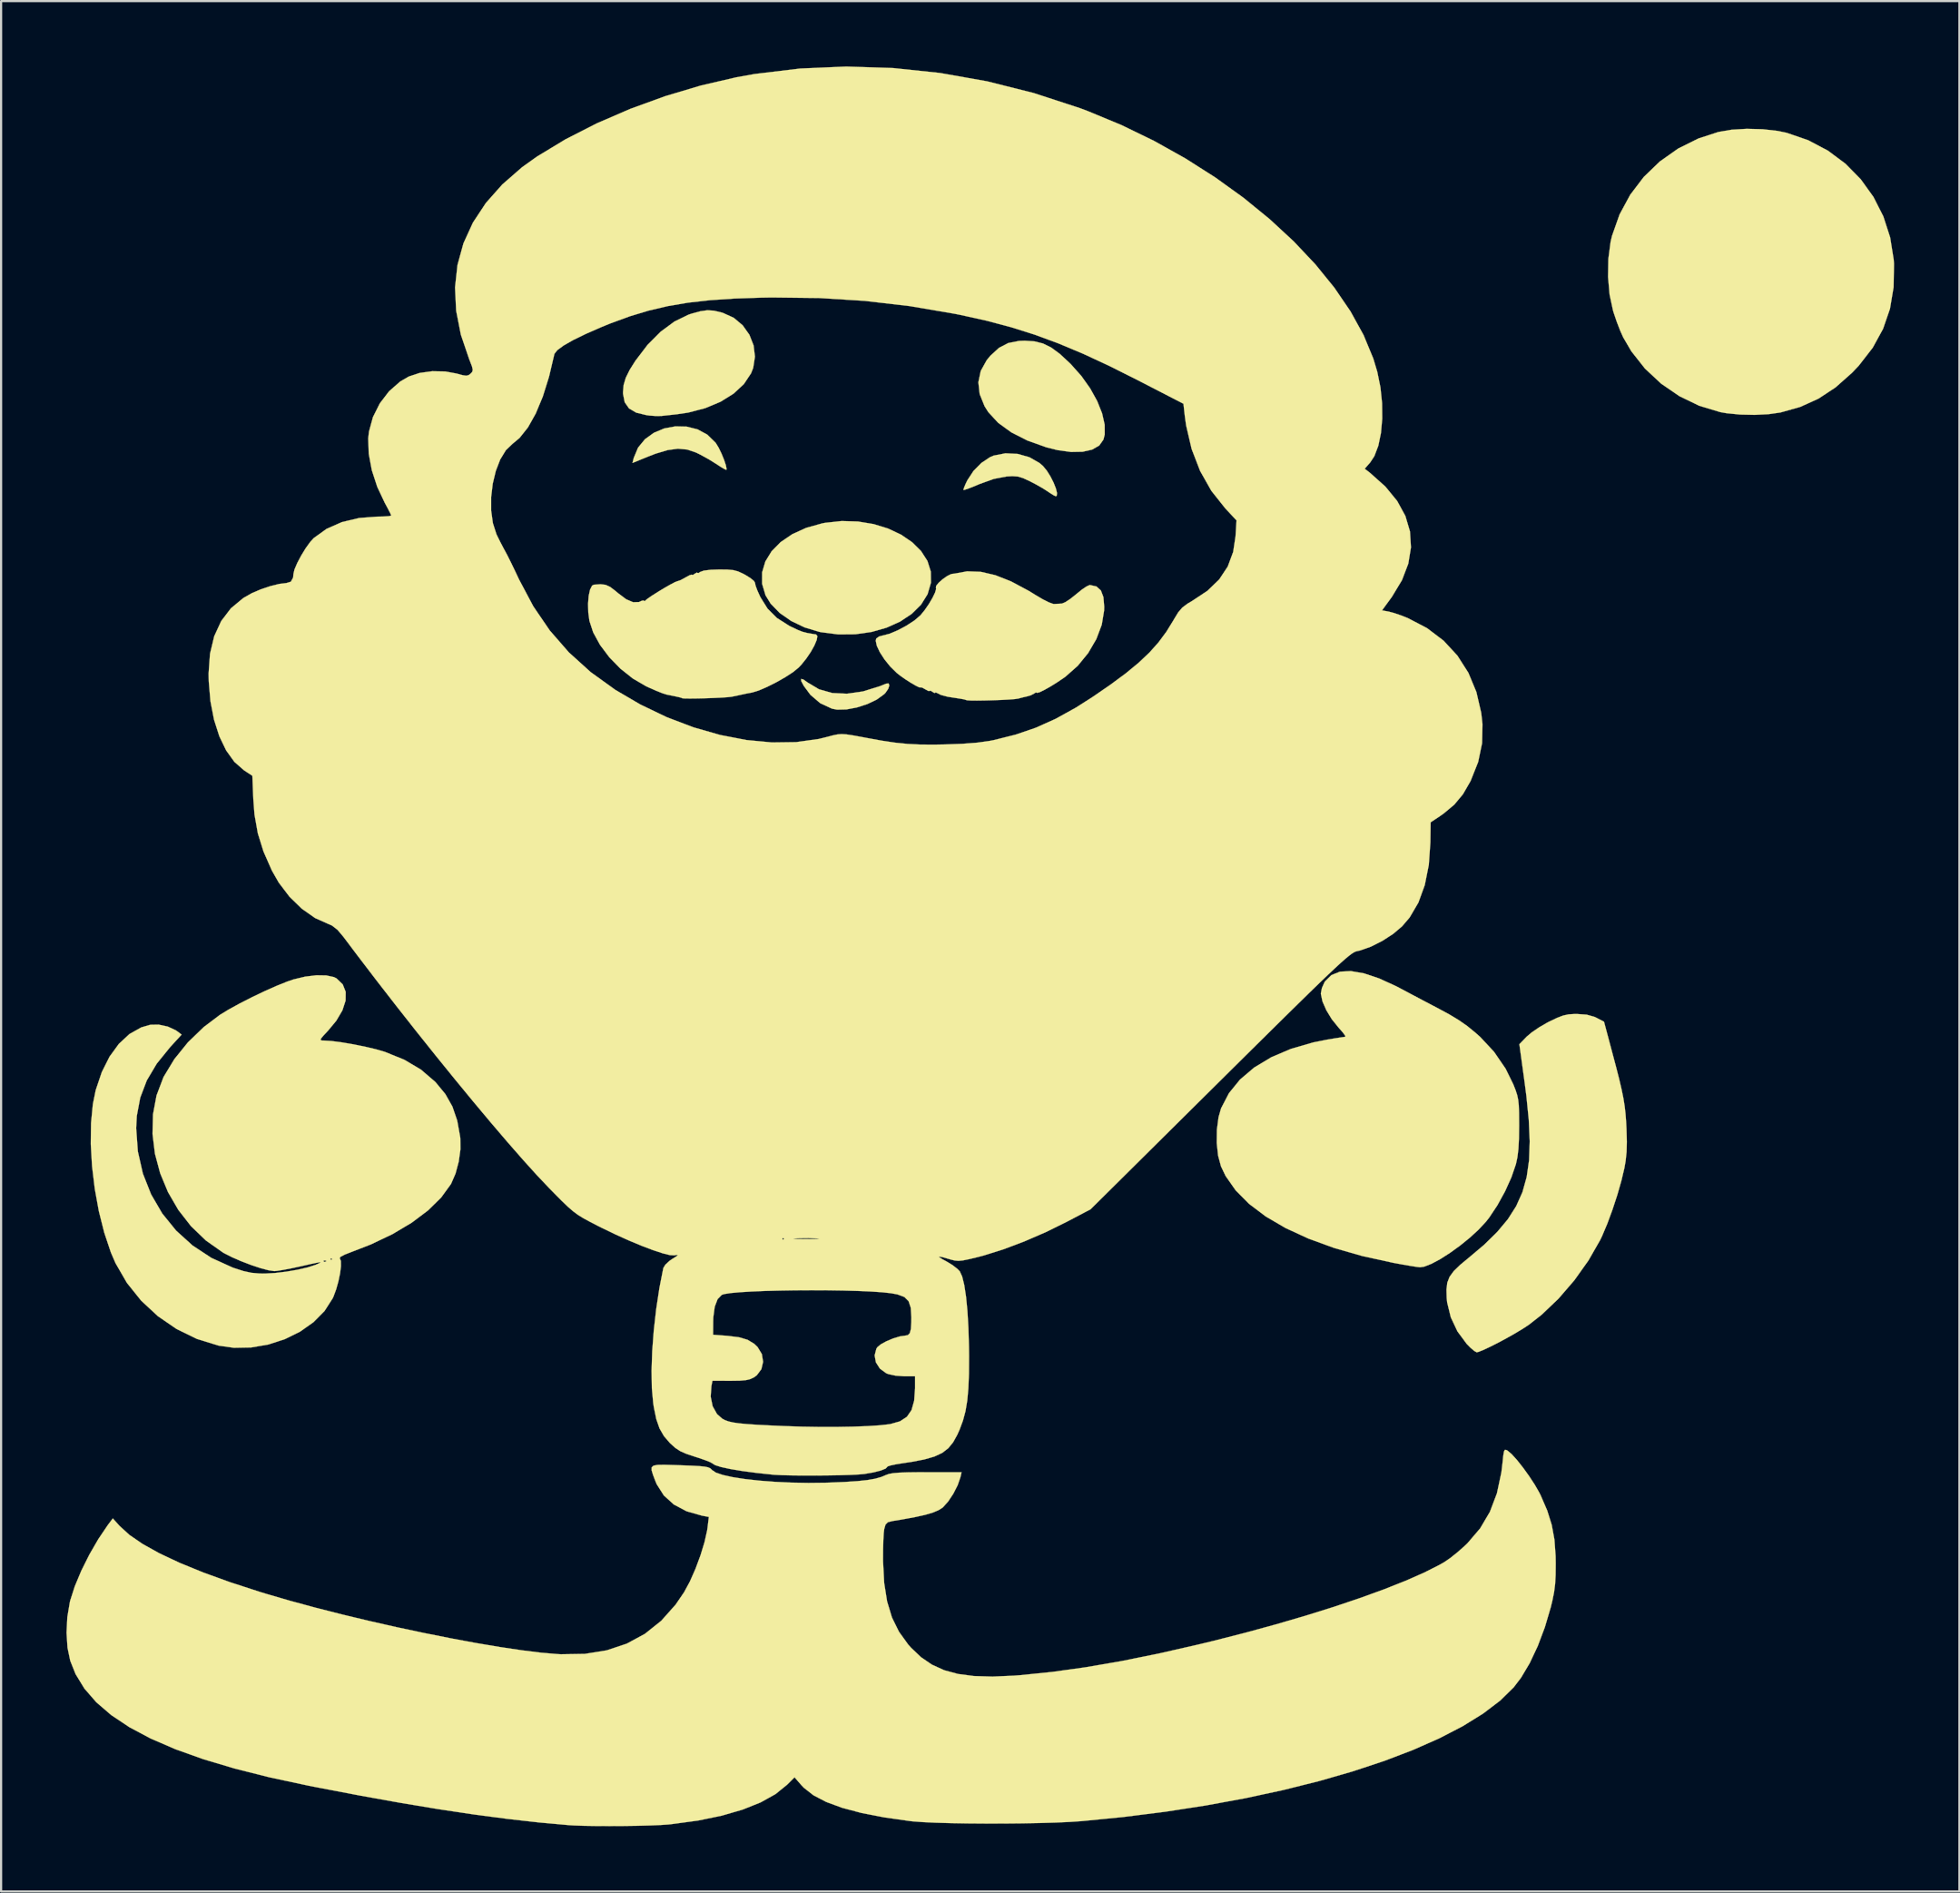
<source format=kicad_pcb>
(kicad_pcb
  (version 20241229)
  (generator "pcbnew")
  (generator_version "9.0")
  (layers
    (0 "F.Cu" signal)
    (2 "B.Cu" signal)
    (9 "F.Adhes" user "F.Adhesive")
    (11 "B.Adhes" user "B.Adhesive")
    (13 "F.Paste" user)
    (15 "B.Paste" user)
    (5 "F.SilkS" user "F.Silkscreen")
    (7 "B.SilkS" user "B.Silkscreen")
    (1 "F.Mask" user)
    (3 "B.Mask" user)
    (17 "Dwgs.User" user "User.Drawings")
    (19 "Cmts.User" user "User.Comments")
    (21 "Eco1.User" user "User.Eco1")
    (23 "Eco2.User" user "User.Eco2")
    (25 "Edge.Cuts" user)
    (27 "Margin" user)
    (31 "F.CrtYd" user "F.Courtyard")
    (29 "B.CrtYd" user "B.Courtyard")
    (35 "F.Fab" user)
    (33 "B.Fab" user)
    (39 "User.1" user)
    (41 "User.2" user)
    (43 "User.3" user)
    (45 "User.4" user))
  (footprint "F.SilkS_g8"
    (layer "F.Cu")
    (at 39.884 36.325)
    (property "Reference" "F.SilkS_g8" (at 0 0 0) (layer "F.SilkS") (effects (font (size 1.524 1.524) (thickness 0.3))))
    (attr through_hole)
    (fp_poly (pts (xy -6.055 -8.187) (xy -5.863 -8.051) (xy -5.343 -7.74) (xy -4.737 -7.568) (xy -4.059 -7.535) (xy -3.319 -7.641) (xy -2.532 -7.886) (xy -2.265 -7.996) (xy -2.145 -8.006) (xy -2.113 -7.914) (xy -2.164 -7.758) (xy -2.29 -7.575) (xy -2.349 -7.514) (xy -2.687 -7.268) (xy -3.121 -7.06) (xy -3.603 -6.904) (xy -4.082 -6.814) (xy -4.51 -6.804) (xy -4.742 -6.848) (xy -5.285 -7.1) (xy -5.732 -7.481) (xy -6.038 -7.892) (xy -6.157 -8.116) (xy -6.162 -8.215) (xy -6.055 -8.187)) (stroke (width 0.01) (type solid)) (fill yes) (layer "F.SilkS"))
    (fp_poly (pts (xy -11.416 -19.794) (xy -10.919 -19.67) (xy -10.469 -19.428) (xy -10.096 -19.064) (xy -10.068 -19.027) (xy -9.943 -18.82) (xy -9.814 -18.553) (xy -9.699 -18.273) (xy -9.616 -18.024) (xy -9.583 -17.854) (xy -9.593 -17.81) (xy -9.671 -17.84) (xy -9.848 -17.944) (xy -10.07 -18.089) (xy -10.407 -18.298) (xy -10.781 -18.504) (xy -10.986 -18.605) (xy -11.39 -18.742) (xy -11.814 -18.781) (xy -12.288 -18.718) (xy -12.845 -18.551) (xy -13.163 -18.428) (xy -13.902 -18.127) (xy -13.845 -18.356) (xy -13.646 -18.831) (xy -13.328 -19.218) (xy -12.918 -19.513) (xy -12.444 -19.711) (xy -11.934 -19.806) (xy -11.416 -19.794)) (stroke (width 0.01) (type solid)) (fill yes) (layer "F.SilkS"))
    (fp_poly (pts (xy 4.55 -23.708) (xy 4.943 -23.609) (xy 5.319 -23.424) (xy 5.712 -23.134) (xy 6.158 -22.721) (xy 6.226 -22.654) (xy 6.705 -22.115) (xy 7.11 -21.544) (xy 7.43 -20.965) (xy 7.654 -20.404) (xy 7.772 -19.884) (xy 7.774 -19.43) (xy 7.715 -19.198) (xy 7.522 -18.926) (xy 7.198 -18.74) (xy 6.761 -18.641) (xy 6.229 -18.631) (xy 5.617 -18.714) (xy 5.099 -18.843) (xy 4.228 -19.154) (xy 3.486 -19.531) (xy 2.885 -19.967) (xy 2.432 -20.457) (xy 2.262 -20.725) (xy 2.034 -21.288) (xy 1.974 -21.829) (xy 2.083 -22.349) (xy 2.359 -22.846) (xy 2.525 -23.048) (xy 2.922 -23.411) (xy 3.347 -23.631) (xy 3.846 -23.729) (xy 4.106 -23.738) (xy 4.55 -23.708)) (stroke (width 0.01) (type solid)) (fill yes) (layer "F.SilkS"))
    (fp_poly (pts (xy -3.549 -15.439) (xy -2.834 -15.321) (xy -2.171 -15.117) (xy -1.576 -14.837) (xy -1.065 -14.489) (xy -0.656 -14.084) (xy -0.364 -13.631) (xy -0.208 -13.14) (xy -0.202 -12.633) (xy -0.357 -12.103) (xy -0.656 -11.623) (xy -1.083 -11.201) (xy -1.617 -10.846) (xy -2.24 -10.566) (xy -2.933 -10.369) (xy -3.678 -10.263) (xy -4.455 -10.257) (xy -5.246 -10.359) (xy -5.334 -10.377) (xy -6.006 -10.58) (xy -6.619 -10.875) (xy -7.146 -11.242) (xy -7.557 -11.664) (xy -7.795 -12.051) (xy -7.953 -12.582) (xy -7.952 -13.105) (xy -7.803 -13.606) (xy -7.516 -14.074) (xy -7.101 -14.495) (xy -6.569 -14.857) (xy -5.93 -15.148) (xy -5.195 -15.353) (xy -5.063 -15.379) (xy -4.297 -15.461) (xy -3.549 -15.439)) (stroke (width 0.01) (type solid)) (fill yes) (layer "F.SilkS"))
    (fp_poly (pts (xy 3.78 -18.542) (xy 4.316 -18.39) (xy 4.781 -18.125) (xy 4.944 -17.983) (xy 5.119 -17.77) (xy 5.285 -17.505) (xy 5.428 -17.222) (xy 5.533 -16.956) (xy 5.585 -16.743) (xy 5.57 -16.618) (xy 5.524 -16.599) (xy 5.422 -16.647) (xy 5.24 -16.762) (xy 5.165 -16.814) (xy 4.929 -16.965) (xy 4.614 -17.144) (xy 4.339 -17.287) (xy 4.029 -17.43) (xy 3.788 -17.503) (xy 3.537 -17.521) (xy 3.271 -17.506) (xy 2.681 -17.394) (xy 2.027 -17.158) (xy 1.714 -17.027) (xy 1.464 -16.932) (xy 1.316 -16.886) (xy 1.29 -16.885) (xy 1.308 -16.971) (xy 1.386 -17.16) (xy 1.469 -17.332) (xy 1.75 -17.76) (xy 2.113 -18.128) (xy 2.51 -18.394) (xy 2.677 -18.464) (xy 3.218 -18.57) (xy 3.78 -18.542)) (stroke (width 0.01) (type solid)) (fill yes) (layer "F.SilkS"))
    (fp_poly (pts (xy -10.168 -25.117) (xy -9.82 -25.035) (xy -9.751 -25.015) (xy -9.253 -24.788) (xy -8.844 -24.444) (xy -8.537 -24.013) (xy -8.344 -23.525) (xy -8.281 -23.007) (xy -8.361 -22.491) (xy -8.459 -22.241) (xy -8.789 -21.746) (xy -9.262 -21.308) (xy -9.859 -20.936) (xy -10.56 -20.643) (xy -11.346 -20.438) (xy -11.853 -20.363) (xy -12.169 -20.328) (xy -12.457 -20.297) (xy -12.573 -20.284) (xy -12.811 -20.28) (xy -13.118 -20.302) (xy -13.256 -20.32) (xy -13.731 -20.435) (xy -14.061 -20.629) (xy -14.259 -20.912) (xy -14.335 -21.295) (xy -14.337 -21.376) (xy -14.308 -21.708) (xy -14.21 -22.037) (xy -14.027 -22.406) (xy -13.768 -22.817) (xy -13.212 -23.546) (xy -12.609 -24.151) (xy -11.977 -24.618) (xy -11.332 -24.932) (xy -11.201 -24.976) (xy -10.791 -25.089) (xy -10.469 -25.135) (xy -10.168 -25.117)) (stroke (width 0.01) (type solid)) (fill yes) (layer "F.SilkS"))
    (fp_poly (pts (xy 37.972 -33.444) (xy 38.663 -33.366) (xy 39.074 -33.28) (xy 40.063 -32.94) (xy 40.967 -32.463) (xy 41.776 -31.861) (xy 42.477 -31.148) (xy 43.06 -30.337) (xy 43.514 -29.443) (xy 43.827 -28.478) (xy 43.99 -27.455) (xy 44.002 -27.263) (xy 43.985 -26.195) (xy 43.819 -25.204) (xy 43.501 -24.281) (xy 43.026 -23.415) (xy 42.39 -22.595) (xy 42.079 -22.267) (xy 41.322 -21.596) (xy 40.538 -21.079) (xy 39.697 -20.698) (xy 38.793 -20.443) (xy 38.246 -20.365) (xy 37.605 -20.334) (xy 36.94 -20.348) (xy 36.32 -20.409) (xy 36.026 -20.461) (xy 35.061 -20.752) (xy 34.15 -21.193) (xy 33.313 -21.767) (xy 32.572 -22.458) (xy 31.947 -23.251) (xy 31.572 -23.893) (xy 31.431 -24.208) (xy 31.276 -24.611) (xy 31.135 -25.027) (xy 31.106 -25.121) (xy 30.949 -25.853) (xy 30.878 -26.666) (xy 30.892 -27.494) (xy 30.994 -28.27) (xy 31.058 -28.545) (xy 31.406 -29.531) (xy 31.896 -30.437) (xy 32.516 -31.252) (xy 33.253 -31.963) (xy 34.094 -32.556) (xy 35.025 -33.019) (xy 35.941 -33.317) (xy 36.547 -33.421) (xy 37.245 -33.463) (xy 37.972 -33.444)) (stroke (width 0.01) (type solid)) (fill yes) (layer "F.SilkS"))
    (fp_poly (pts (xy 29.898 7.195) (xy 30.247 7.293) (xy 30.353 7.342) (xy 30.692 7.518) (xy 31.053 8.868) (xy 31.241 9.576) (xy 31.388 10.151) (xy 31.499 10.625) (xy 31.581 11.027) (xy 31.639 11.388) (xy 31.679 11.738) (xy 31.707 12.107) (xy 31.724 12.452) (xy 31.74 13.029) (xy 31.728 13.497) (xy 31.684 13.915) (xy 31.629 14.23) (xy 31.491 14.813) (xy 31.302 15.472) (xy 31.079 16.151) (xy 30.841 16.796) (xy 30.606 17.352) (xy 30.518 17.536) (xy 29.98 18.475) (xy 29.332 19.385) (xy 28.605 20.228) (xy 27.832 20.966) (xy 27.25 21.422) (xy 26.964 21.611) (xy 26.608 21.825) (xy 26.215 22.047) (xy 25.816 22.261) (xy 25.445 22.448) (xy 25.134 22.593) (xy 24.917 22.677) (xy 24.847 22.691) (xy 24.739 22.632) (xy 24.562 22.481) (xy 24.388 22.304) (xy 23.965 21.733) (xy 23.659 21.083) (xy 23.492 20.401) (xy 23.472 20.202) (xy 23.461 19.81) (xy 23.499 19.496) (xy 23.604 19.226) (xy 23.795 18.964) (xy 24.091 18.677) (xy 24.481 18.354) (xy 25.193 17.753) (xy 25.789 17.169) (xy 26.277 16.586) (xy 26.661 15.983) (xy 26.948 15.343) (xy 27.143 14.646) (xy 27.253 13.875) (xy 27.283 13.01) (xy 27.24 12.032) (xy 27.129 10.924) (xy 27.049 10.307) (xy 26.807 8.55) (xy 27.14 8.206) (xy 27.376 8.007) (xy 27.708 7.78) (xy 28.075 7.567) (xy 28.18 7.512) (xy 28.544 7.339) (xy 28.82 7.234) (xy 29.067 7.181) (xy 29.343 7.164) (xy 29.45 7.164) (xy 29.898 7.195)) (stroke (width 0.01) (type solid)) (fill yes) (layer "F.SilkS"))
    (fp_poly (pts (xy 19.67 5.298) (xy 20.366 5.53) (xy 21.156 5.891) (xy 21.41 6.024) (xy 21.862 6.265) (xy 22.37 6.534) (xy 22.85 6.786) (xy 23.016 6.873) (xy 23.574 7.173) (xy 24.023 7.443) (xy 24.41 7.713) (xy 24.783 8.017) (xy 25.015 8.223) (xy 25.645 8.9) (xy 26.175 9.673) (xy 26.531 10.398) (xy 26.635 10.663) (xy 26.707 10.885) (xy 26.753 11.104) (xy 26.78 11.361) (xy 26.792 11.697) (xy 26.795 12.152) (xy 26.796 12.277) (xy 26.788 12.884) (xy 26.763 13.359) (xy 26.717 13.74) (xy 26.649 14.055) (xy 26.444 14.655) (xy 26.149 15.307) (xy 25.797 15.946) (xy 25.423 16.508) (xy 25.275 16.697) (xy 24.937 17.06) (xy 24.531 17.433) (xy 24.084 17.795) (xy 23.624 18.128) (xy 23.179 18.413) (xy 22.775 18.629) (xy 22.442 18.76) (xy 22.249 18.789) (xy 22.093 18.771) (xy 21.811 18.727) (xy 21.442 18.663) (xy 21.027 18.587) (xy 21.023 18.586) (xy 19.603 18.275) (xy 18.302 17.902) (xy 17.125 17.473) (xy 16.078 16.991) (xy 15.168 16.459) (xy 14.401 15.88) (xy 13.784 15.258) (xy 13.322 14.598) (xy 13.111 14.156) (xy 12.979 13.666) (xy 12.916 13.085) (xy 12.923 12.475) (xy 12.999 11.901) (xy 13.115 11.494) (xy 13.476 10.799) (xy 13.985 10.173) (xy 14.634 9.622) (xy 15.417 9.15) (xy 16.324 8.764) (xy 17.348 8.468) (xy 17.982 8.341) (xy 18.325 8.284) (xy 18.607 8.24) (xy 18.785 8.215) (xy 18.819 8.213) (xy 18.809 8.157) (xy 18.703 8.012) (xy 18.523 7.806) (xy 18.507 7.788) (xy 18.199 7.407) (xy 17.946 6.991) (xy 17.77 6.589) (xy 17.697 6.245) (xy 17.696 6.214) (xy 17.744 5.97) (xy 17.862 5.707) (xy 17.889 5.664) (xy 18.179 5.378) (xy 18.574 5.221) (xy 19.072 5.195) (xy 19.67 5.298)) (stroke (width 0.01) (type solid)) (fill yes) (layer "F.SilkS"))
    (fp_poly (pts (xy 2.082 -13.131) (xy 2.753 -12.976) (xy 3.485 -12.686) (xy 4.289 -12.256) (xy 4.625 -12.05) (xy 4.932 -11.869) (xy 5.206 -11.731) (xy 5.401 -11.66) (xy 5.445 -11.654) (xy 5.688 -11.665) (xy 5.808 -11.672) (xy 5.955 -11.732) (xy 6.18 -11.877) (xy 6.437 -12.08) (xy 6.469 -12.107) (xy 6.72 -12.311) (xy 6.939 -12.459) (xy 7.084 -12.524) (xy 7.096 -12.525) (xy 7.394 -12.458) (xy 7.598 -12.277) (xy 7.714 -11.971) (xy 7.751 -11.528) (xy 7.746 -11.353) (xy 7.639 -10.703) (xy 7.389 -10.042) (xy 7.015 -9.402) (xy 6.537 -8.817) (xy 5.975 -8.32) (xy 5.909 -8.272) (xy 5.589 -8.056) (xy 5.275 -7.861) (xy 4.997 -7.705) (xy 4.785 -7.603) (xy 4.669 -7.573) (xy 4.657 -7.586) (xy 4.605 -7.59) (xy 4.548 -7.551) (xy 4.382 -7.463) (xy 4.231 -7.418) (xy 3.974 -7.358) (xy 3.81 -7.313) (xy 3.659 -7.29) (xy 3.39 -7.269) (xy 3.043 -7.25) (xy 2.655 -7.235) (xy 2.264 -7.225) (xy 1.908 -7.22) (xy 1.625 -7.223) (xy 1.453 -7.234) (xy 1.421 -7.243) (xy 1.322 -7.275) (xy 1.12 -7.311) (xy 1.053 -7.321) (xy 0.57 -7.396) (xy 0.249 -7.481) (xy 0.106 -7.555) (xy 0.015 -7.598) (xy 0 -7.578) (xy -0.052 -7.57) (xy -0.127 -7.62) (xy -0.229 -7.679) (xy -0.254 -7.663) (xy -0.314 -7.659) (xy -0.459 -7.735) (xy -0.466 -7.739) (xy -0.613 -7.821) (xy -0.677 -7.827) (xy -0.677 -7.826) (xy -0.74 -7.828) (xy -0.903 -7.907) (xy -1.129 -8.038) (xy -1.38 -8.199) (xy -1.619 -8.368) (xy -1.778 -8.494) (xy -2.073 -8.785) (xy -2.335 -9.11) (xy -2.547 -9.438) (xy -2.687 -9.735) (xy -2.737 -9.968) (xy -2.713 -10.069) (xy -2.582 -10.163) (xy -2.425 -10.205) (xy -2.112 -10.285) (xy -1.728 -10.446) (xy -1.326 -10.66) (xy -0.961 -10.898) (xy -0.69 -11.13) (xy -0.681 -11.139) (xy -0.487 -11.377) (xy -0.296 -11.655) (xy -0.131 -11.935) (xy -0.013 -12.178) (xy 0.036 -12.345) (xy 0.025 -12.393) (xy 0.036 -12.485) (xy 0.152 -12.629) (xy 0.332 -12.789) (xy 0.534 -12.932) (xy 0.718 -13.024) (xy 0.803 -13.04) (xy 0.868 -13.045) (xy 1.457 -13.153) (xy 2.082 -13.131)) (stroke (width 0.01) (type solid)) (fill yes) (layer "F.SilkS"))
    (fp_poly (pts (xy -9.545 -13.233) (xy -9.275 -13.208) (xy -9.055 -13.149) (xy -8.826 -13.044) (xy -8.72 -12.987) (xy -8.482 -12.839) (xy -8.322 -12.706) (xy -8.278 -12.626) (xy -8.254 -12.501) (xy -8.17 -12.273) (xy -8.042 -11.991) (xy -8.031 -11.968) (xy -7.701 -11.44) (xy -7.272 -11.012) (xy -6.713 -10.656) (xy -6.609 -10.604) (xy -6.32 -10.466) (xy -6.101 -10.38) (xy -5.881 -10.323) (xy -5.586 -10.272) (xy -5.473 -10.255) (xy -5.415 -10.178) (xy -5.447 -9.999) (xy -5.553 -9.748) (xy -5.717 -9.454) (xy -5.924 -9.149) (xy -6.156 -8.861) (xy -6.282 -8.73) (xy -6.534 -8.525) (xy -6.891 -8.293) (xy -7.304 -8.059) (xy -7.725 -7.847) (xy -8.109 -7.682) (xy -8.407 -7.591) (xy -8.424 -7.588) (xy -8.69 -7.538) (xy -8.89 -7.495) (xy -9.137 -7.44) (xy -9.356 -7.396) (xy -9.525 -7.377) (xy -9.803 -7.358) (xy -10.153 -7.341) (xy -10.535 -7.327) (xy -10.91 -7.318) (xy -11.241 -7.314) (xy -11.487 -7.316) (xy -11.612 -7.326) (xy -11.619 -7.329) (xy -11.659 -7.349) (xy -11.765 -7.377) (xy -11.969 -7.422) (xy -12.303 -7.49) (xy -12.34 -7.497) (xy -12.52 -7.554) (xy -12.802 -7.666) (xy -13.137 -7.813) (xy -13.287 -7.883) (xy -13.887 -8.233) (xy -14.455 -8.685) (xy -14.965 -9.208) (xy -15.39 -9.773) (xy -15.705 -10.348) (xy -15.879 -10.88) (xy -15.931 -11.27) (xy -15.941 -11.663) (xy -15.913 -12.022) (xy -15.85 -12.311) (xy -15.758 -12.493) (xy -15.682 -12.537) (xy -15.368 -12.56) (xy -15.137 -12.533) (xy -14.928 -12.438) (xy -14.682 -12.252) (xy -14.563 -12.15) (xy -14.188 -11.869) (xy -13.873 -11.736) (xy -13.603 -11.744) (xy -13.477 -11.802) (xy -13.387 -11.819) (xy -13.376 -11.795) (xy -13.339 -11.782) (xy -13.313 -11.812) (xy -13.209 -11.899) (xy -13.003 -12.04) (xy -12.733 -12.211) (xy -12.442 -12.387) (xy -12.169 -12.543) (xy -11.955 -12.656) (xy -11.841 -12.7) (xy -11.84 -12.7) (xy -11.712 -12.742) (xy -11.514 -12.845) (xy -11.461 -12.876) (xy -11.283 -12.973) (xy -11.184 -13.002) (xy -11.176 -12.993) (xy -11.124 -12.988) (xy -11.049 -13.039) (xy -10.947 -13.098) (xy -10.922 -13.081) (xy -10.87 -13.074) (xy -10.792 -13.126) (xy -10.626 -13.186) (xy -10.313 -13.224) (xy -9.924 -13.237) (xy -9.545 -13.233)) (stroke (width 0.01) (type solid)) (fill yes) (layer "F.SilkS"))
    (fp_poly (pts (xy -27.958 5.394) (xy -27.606 5.47) (xy -27.485 5.531) (xy -27.203 5.803) (xy -27.066 6.147) (xy -27.071 6.55) (xy -27.216 6.997) (xy -27.499 7.476) (xy -27.877 7.931) (xy -28.093 8.162) (xy -28.203 8.297) (xy -28.219 8.361) (xy -28.152 8.381) (xy -28.069 8.382) (xy -27.719 8.404) (xy -27.256 8.464) (xy -26.731 8.553) (xy -26.193 8.661) (xy -25.692 8.779) (xy -25.279 8.898) (xy -25.273 8.9) (xy -24.375 9.264) (xy -23.611 9.717) (xy -22.968 10.268) (xy -22.934 10.303) (xy -22.491 10.84) (xy -22.168 11.412) (xy -21.947 12.057) (xy -21.811 12.815) (xy -21.804 12.876) (xy -21.8 13.38) (xy -21.878 13.942) (xy -22.025 14.49) (xy -22.224 14.949) (xy -22.238 14.974) (xy -22.684 15.588) (xy -23.287 16.18) (xy -24.034 16.742) (xy -24.912 17.265) (xy -25.909 17.74) (xy -26.781 18.079) (xy -27.11 18.207) (xy -27.302 18.307) (xy -27.345 18.372) (xy -27.337 18.379) (xy -27.286 18.501) (xy -27.284 18.742) (xy -27.324 19.066) (xy -27.4 19.431) (xy -27.503 19.8) (xy -27.626 20.133) (xy -27.664 20.215) (xy -28.037 20.796) (xy -28.544 21.309) (xy -29.159 21.743) (xy -29.858 22.088) (xy -30.614 22.334) (xy -31.403 22.469) (xy -32.198 22.484) (xy -32.893 22.387) (xy -33.891 22.08) (xy -34.829 21.623) (xy -35.688 21.033) (xy -36.453 20.323) (xy -37.107 19.508) (xy -37.631 18.602) (xy -37.843 18.113) (xy -38.148 17.201) (xy -38.397 16.214) (xy -38.584 15.184) (xy -38.709 14.145) (xy -38.767 13.13) (xy -38.755 12.171) (xy -38.671 11.302) (xy -38.54 10.658) (xy -38.262 9.833) (xy -37.905 9.121) (xy -37.478 8.535) (xy -36.992 8.084) (xy -36.453 7.781) (xy -36.04 7.659) (xy -35.651 7.652) (xy -35.23 7.743) (xy -34.862 7.914) (xy -34.803 7.955) (xy -34.597 8.11) (xy -35.125 8.686) (xy -35.74 9.445) (xy -36.195 10.211) (xy -36.497 11.004) (xy -36.655 11.841) (xy -36.684 12.404) (xy -36.607 13.471) (xy -36.376 14.488) (xy -35.999 15.442) (xy -35.487 16.32) (xy -34.848 17.108) (xy -34.092 17.792) (xy -33.228 18.36) (xy -32.265 18.797) (xy -32.19 18.825) (xy -31.756 18.964) (xy -31.395 19.043) (xy -31.03 19.075) (xy -30.776 19.078) (xy -30.312 19.053) (xy -29.792 18.99) (xy -29.272 18.901) (xy -28.806 18.793) (xy -28.448 18.677) (xy -28.42 18.665) (xy -28.275 18.6) (xy -28.215 18.564) (xy -28.255 18.558) (xy -28.412 18.586) (xy -28.7 18.647) (xy -29.137 18.746) (xy -29.169 18.753) (xy -29.57 18.839) (xy -29.932 18.908) (xy -30.21 18.953) (xy -30.341 18.965) (xy -30.598 18.929) (xy -30.964 18.833) (xy -31.394 18.69) (xy -31.847 18.517) (xy -31.92 18.486) (xy -28.081 18.486) (xy -28.069 18.536) (xy -28.025 18.542) (xy -27.955 18.511) (xy -27.968 18.486) (xy -28.069 18.475) (xy -28.081 18.486) (xy -31.92 18.486) (xy -32.082 18.415) (xy -27.771 18.415) (xy -27.728 18.457) (xy -27.686 18.415) (xy -27.728 18.373) (xy -27.771 18.415) (xy -32.082 18.415) (xy -32.279 18.33) (xy -32.647 18.143) (xy -32.705 18.109) (xy -33.483 17.561) (xy -34.166 16.904) (xy -34.748 16.157) (xy -35.222 15.341) (xy -35.582 14.474) (xy -35.822 13.577) (xy -35.933 12.669) (xy -35.911 11.771) (xy -35.748 10.901) (xy -35.437 10.081) (xy -35.417 10.039) (xy -34.931 9.236) (xy -34.308 8.465) (xy -33.579 7.762) (xy -32.843 7.206) (xy -32.442 6.961) (xy -31.938 6.684) (xy -31.375 6.397) (xy -30.796 6.12) (xy -30.243 5.874) (xy -29.759 5.679) (xy -29.464 5.578) (xy -28.924 5.449) (xy -28.41 5.387) (xy -27.958 5.394)) (stroke (width 0.01) (type solid)) (fill yes) (layer "F.SilkS"))
    (fp_poly (pts (xy 26.209 27.175) (xy 26.263 27.204) (xy 26.452 27.363) (xy 26.698 27.635) (xy 26.974 27.983) (xy 27.255 28.374) (xy 27.515 28.77) (xy 27.726 29.139) (xy 27.783 29.252) (xy 28.086 29.954) (xy 28.293 30.614) (xy 28.417 31.291) (xy 28.471 32.046) (xy 28.476 32.385) (xy 28.471 32.91) (xy 28.448 33.329) (xy 28.4 33.704) (xy 28.32 34.099) (xy 28.25 34.387) (xy 27.978 35.308) (xy 27.651 36.175) (xy 27.282 36.958) (xy 26.885 37.626) (xy 26.548 38.067) (xy 25.925 38.678) (xy 25.142 39.273) (xy 24.209 39.851) (xy 23.134 40.408) (xy 21.928 40.941) (xy 20.598 41.449) (xy 19.154 41.927) (xy 17.606 42.373) (xy 15.962 42.784) (xy 14.232 43.157) (xy 12.425 43.489) (xy 10.55 43.779) (xy 8.616 44.022) (xy 6.689 44.211) (xy 6.158 44.247) (xy 5.51 44.276) (xy 4.772 44.297) (xy 3.973 44.312) (xy 3.139 44.32) (xy 2.3 44.321) (xy 1.481 44.315) (xy 0.712 44.302) (xy 0.019 44.282) (xy -0.569 44.255) (xy -1.025 44.221) (xy -1.143 44.209) (xy -2.35 44.037) (xy -3.394 43.834) (xy -4.28 43.598) (xy -5.013 43.328) (xy -5.598 43.022) (xy -6.037 42.678) (xy -6.145 42.565) (xy -6.464 42.198) (xy -6.811 42.544) (xy -7.339 42.971) (xy -8.022 43.351) (xy -8.85 43.682) (xy -9.812 43.961) (xy -10.899 44.184) (xy -12.102 44.347) (xy -12.264 44.364) (xy -12.617 44.388) (xy -13.101 44.408) (xy -13.676 44.423) (xy -14.305 44.432) (xy -14.949 44.435) (xy -15.568 44.433) (xy -16.126 44.424) (xy -16.582 44.408) (xy -16.806 44.395) (xy -18.193 44.27) (xy -19.648 44.106) (xy -21.187 43.903) (xy -22.825 43.657) (xy -24.576 43.366) (xy -26.456 43.028) (xy -28.481 42.64) (xy -28.787 42.58) (xy -30.555 42.201) (xy -32.159 41.797) (xy -33.601 41.367) (xy -34.886 40.908) (xy -36.017 40.419) (xy -36.996 39.898) (xy -37.827 39.344) (xy -38.513 38.754) (xy -39.058 38.127) (xy -39.465 37.461) (xy -39.71 36.848) (xy -39.835 36.25) (xy -39.879 35.561) (xy -39.843 34.843) (xy -39.727 34.153) (xy -39.71 34.083) (xy -39.503 33.437) (xy -39.203 32.719) (xy -38.833 31.978) (xy -38.419 31.262) (xy -37.985 30.62) (xy -37.961 30.588) (xy -37.756 30.316) (xy -37.444 30.661) (xy -36.996 31.071) (xy -36.383 31.491) (xy -35.61 31.921) (xy -34.681 32.357) (xy -33.6 32.799) (xy -32.371 33.244) (xy -30.999 33.69) (xy -30.691 33.784) (xy -29.608 34.099) (xy -28.45 34.413) (xy -27.237 34.722) (xy -25.99 35.021) (xy -24.731 35.306) (xy -23.48 35.572) (xy -22.259 35.816) (xy -21.089 36.033) (xy -19.992 36.218) (xy -18.987 36.368) (xy -18.098 36.478) (xy -17.343 36.543) (xy -17.187 36.551) (xy -16.09 36.533) (xy -15.082 36.37) (xy -14.162 36.063) (xy -13.329 35.611) (xy -12.582 35.014) (xy -11.922 34.272) (xy -11.53 33.697) (xy -11.267 33.21) (xy -11.01 32.628) (xy -10.779 32.005) (xy -10.594 31.398) (xy -10.474 30.862) (xy -10.455 30.724) (xy -10.397 30.248) (xy -10.716 30.188) (xy -11.419 29.988) (xy -12.004 29.678) (xy -12.464 29.261) (xy -12.792 28.744) (xy -12.858 28.585) (xy -12.963 28.307) (xy -13.024 28.107) (xy -13.021 27.973) (xy -12.936 27.894) (xy -12.749 27.858) (xy -12.441 27.853) (xy -11.992 27.866) (xy -11.713 27.876) (xy -11.207 27.894) (xy -10.843 27.914) (xy -10.594 27.938) (xy -10.432 27.971) (xy -10.331 28.017) (xy -10.263 28.08) (xy -10.253 28.094) (xy -10.077 28.212) (xy -9.752 28.322) (xy -9.299 28.422) (xy -8.738 28.509) (xy -8.09 28.581) (xy -7.374 28.636) (xy -6.611 28.672) (xy -5.822 28.686) (xy -5.026 28.677) (xy -4.868 28.672) (xy -4.148 28.642) (xy -3.573 28.604) (xy -3.119 28.556) (xy -2.762 28.493) (xy -2.479 28.413) (xy -2.261 28.321) (xy -2.129 28.274) (xy -1.933 28.239) (xy -1.651 28.215) (xy -1.258 28.201) (xy -0.732 28.195) (xy -0.401 28.194) (xy 1.204 28.194) (xy 1.15 28.427) (xy 1.024 28.791) (xy 0.824 29.184) (xy 0.586 29.542) (xy 0.349 29.805) (xy 0.33 29.821) (xy 0.143 29.94) (xy -0.118 30.049) (xy -0.472 30.153) (xy -0.942 30.257) (xy -1.547 30.368) (xy -1.965 30.436) (xy -2.179 30.49) (xy -2.287 30.599) (xy -2.346 30.801) (xy -2.37 31.001) (xy -2.388 31.329) (xy -2.399 31.742) (xy -2.401 32.199) (xy -2.4 32.3) (xy -2.349 33.278) (xy -2.215 34.125) (xy -1.991 34.865) (xy -1.669 35.518) (xy -1.244 36.107) (xy -1.109 36.258) (xy -0.653 36.689) (xy -0.156 37.028) (xy 0.403 37.282) (xy 1.04 37.455) (xy 1.775 37.551) (xy 2.626 37.576) (xy 3.611 37.533) (xy 3.895 37.511) (xy 5.356 37.362) (xy 6.891 37.149) (xy 8.515 36.869) (xy 10.248 36.519) (xy 12.108 36.095) (xy 12.754 35.939) (xy 14.22 35.565) (xy 15.642 35.176) (xy 17.006 34.777) (xy 18.297 34.373) (xy 19.499 33.968) (xy 20.599 33.569) (xy 21.582 33.179) (xy 22.432 32.805) (xy 23.135 32.45) (xy 23.35 32.328) (xy 23.63 32.137) (xy 23.968 31.868) (xy 24.305 31.569) (xy 24.425 31.454) (xy 25.005 30.775) (xy 25.453 30.017) (xy 25.777 29.164) (xy 25.982 28.202) (xy 26.035 27.755) (xy 26.069 27.429) (xy 26.101 27.244) (xy 26.143 27.168) (xy 26.209 27.175)) (stroke (width 0.01) (type solid)) (fill yes) (layer "F.SilkS"))
    (fp_poly (pts (xy -1.941 -36.252) (xy 0.216 -36.025) (xy 2.373 -35.643) (xy 4.515 -35.105) (xy 6.63 -34.414) (xy 6.985 -34.281) (xy 8.534 -33.639) (xy 10.034 -32.911) (xy 11.476 -32.105) (xy 12.848 -31.232) (xy 14.142 -30.3) (xy 15.345 -29.318) (xy 16.449 -28.297) (xy 17.442 -27.245) (xy 18.314 -26.172) (xy 19.055 -25.086) (xy 19.655 -23.998) (xy 20.103 -22.917) (xy 20.285 -22.31) (xy 20.43 -21.596) (xy 20.505 -20.87) (xy 20.512 -20.162) (xy 20.454 -19.502) (xy 20.333 -18.918) (xy 20.152 -18.441) (xy 19.96 -18.149) (xy 19.708 -17.862) (xy 19.95 -17.674) (xy 20.656 -17.044) (xy 21.198 -16.383) (xy 21.575 -15.694) (xy 21.786 -14.981) (xy 21.831 -14.25) (xy 21.709 -13.505) (xy 21.42 -12.75) (xy 20.962 -11.99) (xy 20.92 -11.932) (xy 20.504 -11.361) (xy 20.814 -11.304) (xy 21.052 -11.24) (xy 21.373 -11.131) (xy 21.693 -11.004) (xy 22.571 -10.545) (xy 23.33 -9.969) (xy 23.964 -9.283) (xy 24.467 -8.496) (xy 24.833 -7.617) (xy 25.057 -6.653) (xy 25.114 -6.138) (xy 25.096 -5.267) (xy 24.916 -4.403) (xy 24.57 -3.534) (xy 24.56 -3.514) (xy 24.218 -2.923) (xy 23.822 -2.446) (xy 23.321 -2.028) (xy 23.157 -1.914) (xy 22.735 -1.633) (xy 22.722 -0.711) (xy 22.65 0.321) (xy 22.466 1.244) (xy 22.172 2.051) (xy 21.77 2.736) (xy 21.424 3.141) (xy 21.014 3.488) (xy 20.518 3.809) (xy 19.993 4.074) (xy 19.497 4.249) (xy 19.349 4.282) (xy 19.285 4.301) (xy 19.207 4.338) (xy 19.107 4.402) (xy 18.978 4.5) (xy 18.813 4.638) (xy 18.604 4.822) (xy 18.345 5.061) (xy 18.027 5.361) (xy 17.644 5.728) (xy 17.188 6.17) (xy 16.653 6.694) (xy 16.03 7.306) (xy 15.313 8.014) (xy 14.493 8.824) (xy 13.565 9.743) (xy 13.068 10.236) (xy 7.123 16.129) (xy 6.038 16.699) (xy 5.079 17.172) (xy 4.092 17.6) (xy 3.125 17.965) (xy 2.227 18.247) (xy 1.947 18.321) (xy 1.547 18.417) (xy 1.267 18.474) (xy 1.064 18.494) (xy 0.893 18.48) (xy 0.71 18.435) (xy 0.643 18.415) (xy 0.332 18.325) (xy 0.178 18.297) (xy 0.18 18.329) (xy 0.334 18.426) (xy 0.511 18.521) (xy 0.787 18.688) (xy 1.021 18.87) (xy 1.121 18.976) (xy 1.231 19.214) (xy 1.327 19.606) (xy 1.408 20.138) (xy 1.472 20.796) (xy 1.517 21.565) (xy 1.542 22.43) (xy 1.547 22.86) (xy 1.542 23.672) (xy 1.515 24.346) (xy 1.464 24.91) (xy 1.383 25.394) (xy 1.267 25.827) (xy 1.113 26.24) (xy 1.006 26.478) (xy 0.815 26.823) (xy 0.593 27.095) (xy 0.315 27.309) (xy -0.044 27.476) (xy -0.509 27.61) (xy -1.105 27.724) (xy -1.494 27.782) (xy -1.815 27.834) (xy -2.06 27.886) (xy -2.19 27.93) (xy -2.201 27.943) (xy -2.281 28.028) (xy -2.504 28.118) (xy -2.843 28.204) (xy -3.26 28.276) (xy -3.515 28.299) (xy -3.903 28.318) (xy -4.391 28.333) (xy -4.941 28.342) (xy -5.518 28.347) (xy -6.088 28.347) (xy -6.614 28.341) (xy -7.061 28.33) (xy -7.394 28.313) (xy -7.451 28.308) (xy -8.203 28.228) (xy -8.86 28.141) (xy -9.407 28.05) (xy -9.83 27.959) (xy -10.112 27.869) (xy -10.237 27.789) (xy -10.335 27.733) (xy -10.557 27.645) (xy -10.863 27.539) (xy -11.038 27.483) (xy -11.43 27.352) (xy -11.713 27.227) (xy -11.939 27.078) (xy -12.165 26.874) (xy -12.19 26.85) (xy -12.46 26.535) (xy -12.661 26.185) (xy -12.809 25.759) (xy -12.921 25.216) (xy -12.951 25.019) (xy -12.977 24.727) (xy -10.313 24.727) (xy -10.223 25.166) (xy -10.022 25.526) (xy -9.786 25.735) (xy -9.653 25.806) (xy -9.493 25.864) (xy -9.286 25.912) (xy -9.011 25.952) (xy -8.647 25.986) (xy -8.173 26.018) (xy -7.567 26.049) (xy -6.943 26.077) (xy -6.136 26.104) (xy -5.321 26.117) (xy -4.526 26.117) (xy -3.78 26.104) (xy -3.112 26.079) (xy -2.549 26.042) (xy -2.122 25.994) (xy -2.057 25.983) (xy -1.624 25.86) (xy -1.306 25.652) (xy -1.093 25.342) (xy -0.972 24.912) (xy -0.931 24.345) (xy -0.931 24.311) (xy -0.931 23.791) (xy -1.448 23.791) (xy -1.825 23.764) (xy -2.153 23.693) (xy -2.256 23.653) (xy -2.546 23.44) (xy -2.728 23.154) (xy -2.787 22.835) (xy -2.708 22.529) (xy -2.666 22.461) (xy -2.509 22.328) (xy -2.244 22.183) (xy -1.929 22.052) (xy -1.623 21.96) (xy -1.403 21.929) (xy -1.263 21.904) (xy -1.173 21.813) (xy -1.123 21.625) (xy -1.103 21.312) (xy -1.101 21.08) (xy -1.128 20.648) (xy -1.227 20.349) (xy -1.421 20.154) (xy -1.737 20.035) (xy -2.03 19.981) (xy -2.435 19.937) (xy -2.951 19.902) (xy -3.557 19.876) (xy -4.23 19.857) (xy -4.948 19.846) (xy -5.69 19.843) (xy -6.434 19.847) (xy -7.156 19.859) (xy -7.836 19.877) (xy -8.451 19.903) (xy -8.978 19.935) (xy -9.397 19.973) (xy -9.685 20.018) (xy -9.8 20.054) (xy -9.995 20.253) (xy -10.127 20.6) (xy -10.192 21.085) (xy -10.198 21.287) (xy -10.202 21.886) (xy -9.525 21.937) (xy -9.008 22.002) (xy -8.618 22.118) (xy -8.318 22.299) (xy -8.16 22.45) (xy -7.963 22.775) (xy -7.907 23.128) (xy -7.986 23.466) (xy -8.197 23.748) (xy -8.319 23.837) (xy -8.488 23.919) (xy -8.692 23.969) (xy -8.975 23.994) (xy -9.381 24) (xy -9.412 24) (xy -10.231 23.997) (xy -10.28 24.243) (xy -10.313 24.727) (xy -12.977 24.727) (xy -13.012 24.343) (xy -13.026 23.54) (xy -12.996 22.643) (xy -12.924 21.687) (xy -12.813 20.706) (xy -12.665 19.734) (xy -12.486 18.822) (xy -12.393 18.67) (xy -12.202 18.494) (xy -12.086 18.414) (xy -11.884 18.286) (xy -11.817 18.228) (xy -11.877 18.224) (xy -11.981 18.242) (xy -12.186 18.231) (xy -12.518 18.148) (xy -12.955 18.004) (xy -13.475 17.807) (xy -14.056 17.565) (xy -14.236 17.484) (xy -7.027 17.484) (xy -6.985 17.526) (xy -6.943 17.484) (xy -6.951 17.475) (xy -6.525 17.475) (xy -6.481 17.484) (xy -6.296 17.491) (xy -5.985 17.494) (xy -5.927 17.494) (xy -5.597 17.492) (xy -5.392 17.486) (xy -5.326 17.476) (xy -5.412 17.465) (xy -5.44 17.463) (xy -5.827 17.451) (xy -6.247 17.456) (xy -6.413 17.463) (xy -6.525 17.475) (xy -6.951 17.475) (xy -6.985 17.441) (xy -7.027 17.484) (xy -14.236 17.484) (xy -14.674 17.287) (xy -15.308 16.981) (xy -15.488 16.891) (xy -15.859 16.7) (xy -16.153 16.54) (xy -16.398 16.389) (xy -16.625 16.221) (xy -16.863 16.016) (xy -17.141 15.749) (xy -17.489 15.398) (xy -17.747 15.135) (xy -18.287 14.565) (xy -18.914 13.871) (xy -19.616 13.07) (xy -20.382 12.174) (xy -21.199 11.199) (xy -22.055 10.159) (xy -22.939 9.069) (xy -23.839 7.943) (xy -24.743 6.795) (xy -25.639 5.641) (xy -26.515 4.494) (xy -27.17 3.624) (xy -27.444 3.3) (xy -27.692 3.107) (xy -27.841 3.042) (xy -28.472 2.76) (xy -29.081 2.332) (xy -29.645 1.783) (xy -30.138 1.135) (xy -30.456 0.578) (xy -30.839 -0.292) (xy -31.099 -1.127) (xy -31.252 -1.989) (xy -31.307 -2.709) (xy -31.35 -3.768) (xy -31.736 -4.022) (xy -32.174 -4.405) (xy -32.553 -4.932) (xy -32.867 -5.584) (xy -33.11 -6.343) (xy -33.274 -7.19) (xy -33.352 -8.109) (xy -33.359 -8.46) (xy -33.294 -9.37) (xy -33.101 -10.174) (xy -32.781 -10.87) (xy -32.336 -11.455) (xy -31.767 -11.927) (xy -31.368 -12.154) (xy -30.961 -12.327) (xy -30.524 -12.474) (xy -30.114 -12.575) (xy -29.793 -12.614) (xy -29.791 -12.614) (xy -29.583 -12.677) (xy -29.479 -12.867) (xy -29.464 -13.034) (xy -29.416 -13.24) (xy -29.29 -13.535) (xy -29.111 -13.873) (xy -28.905 -14.21) (xy -28.697 -14.499) (xy -28.534 -14.678) (xy -27.942 -15.103) (xy -27.239 -15.413) (xy -26.446 -15.601) (xy -25.633 -15.662) (xy -25.324 -15.669) (xy -25.093 -15.685) (xy -24.981 -15.707) (xy -24.977 -15.713) (xy -25.015 -15.807) (xy -25.116 -16.005) (xy -25.257 -16.268) (xy -25.267 -16.285) (xy -25.396 -16.559) (xy -20.39 -16.559) (xy -20.39 -15.945) (xy -20.311 -15.368) (xy -20.148 -14.86) (xy -20.124 -14.809) (xy -19.97 -14.498) (xy -19.813 -14.198) (xy -19.735 -14.055) (xy -19.633 -13.863) (xy -19.481 -13.559) (xy -19.3 -13.184) (xy -19.109 -12.78) (xy -19.107 -12.776) (xy -18.455 -11.548) (xy -17.698 -10.438) (xy -16.824 -9.435) (xy -15.824 -8.53) (xy -14.688 -7.711) (xy -13.54 -7.04) (xy -12.331 -6.46) (xy -11.103 -5.993) (xy -9.876 -5.642) (xy -8.668 -5.409) (xy -7.5 -5.299) (xy -6.389 -5.314) (xy -5.355 -5.458) (xy -4.953 -5.557) (xy -4.699 -5.625) (xy -4.495 -5.667) (xy -4.301 -5.682) (xy -4.078 -5.668) (xy -3.784 -5.624) (xy -3.38 -5.55) (xy -3.175 -5.511) (xy -2.461 -5.381) (xy -1.849 -5.289) (xy -1.282 -5.232) (xy -0.702 -5.203) (xy -0.051 -5.199) (xy 0.466 -5.208) (xy 1.262 -5.238) (xy 1.921 -5.289) (xy 2.473 -5.366) (xy 2.69 -5.408) (xy 3.689 -5.659) (xy 4.619 -5.978) (xy 5.523 -6.384) (xy 6.446 -6.895) (xy 7.206 -7.379) (xy 8.042 -7.954) (xy 8.745 -8.474) (xy 9.333 -8.959) (xy 9.827 -9.426) (xy 10.244 -9.894) (xy 10.605 -10.382) (xy 10.929 -10.907) (xy 10.954 -10.952) (xy 11.147 -11.269) (xy 11.334 -11.488) (xy 11.573 -11.668) (xy 11.791 -11.797) (xy 12.488 -12.259) (xy 13.03 -12.782) (xy 13.422 -13.374) (xy 13.671 -14.045) (xy 13.779 -14.764) (xy 13.824 -15.49) (xy 13.31 -16.04) (xy 12.67 -16.845) (xy 12.153 -17.759) (xy 11.764 -18.766) (xy 11.511 -19.849) (xy 11.452 -20.272) (xy 11.388 -20.843) (xy 9.271 -21.935) (xy 7.978 -22.583) (xy 6.785 -23.137) (xy 5.659 -23.609) (xy 4.568 -24.012) (xy 3.478 -24.356) (xy 2.357 -24.654) (xy 1.173 -24.917) (xy 0.887 -24.974) (xy -1.182 -25.327) (xy -3.241 -25.566) (xy -5.335 -25.697) (xy -7.511 -25.722) (xy -7.989 -25.714) (xy -9.235 -25.672) (xy -10.345 -25.597) (xy -11.349 -25.484) (xy -12.276 -25.327) (xy -13.157 -25.12) (xy -14.022 -24.859) (xy -14.902 -24.537) (xy -15.325 -24.365) (xy -16.042 -24.051) (xy -16.623 -23.768) (xy -17.061 -23.518) (xy -17.35 -23.306) (xy -17.484 -23.136) (xy -17.49 -23.114) (xy -17.733 -22.083) (xy -18.018 -21.174) (xy -18.342 -20.397) (xy -18.698 -19.761) (xy -19.084 -19.276) (xy -19.408 -19.005) (xy -19.716 -18.709) (xy -19.974 -18.284) (xy -20.176 -17.761) (xy -20.317 -17.175) (xy -20.39 -16.559) (xy -25.396 -16.559) (xy -25.617 -17.026) (xy -25.867 -17.793) (xy -26.008 -18.548) (xy -26.032 -19.251) (xy -25.999 -19.559) (xy -25.815 -20.232) (xy -25.5 -20.861) (xy -25.076 -21.416) (xy -24.568 -21.862) (xy -24.172 -22.093) (xy -23.673 -22.258) (xy -23.092 -22.337) (xy -22.495 -22.326) (xy -21.976 -22.23) (xy -21.698 -22.155) (xy -21.531 -22.131) (xy -21.422 -22.159) (xy -21.335 -22.226) (xy -21.258 -22.308) (xy -21.234 -22.401) (xy -21.266 -22.548) (xy -21.36 -22.795) (xy -21.397 -22.887) (xy -21.78 -24.014) (xy -21.996 -25.114) (xy -22.047 -26.184) (xy -21.934 -27.217) (xy -21.66 -28.211) (xy -21.225 -29.16) (xy -20.63 -30.061) (xy -19.878 -30.909) (xy -18.97 -31.701) (xy -18.291 -32.186) (xy -16.981 -32.979) (xy -15.54 -33.714) (xy -14.002 -34.379) (xy -12.399 -34.962) (xy -10.766 -35.449) (xy -9.134 -35.828) (xy -8.297 -35.978) (xy -6.211 -36.229) (xy -4.088 -36.32) (xy -1.941 -36.252)) (stroke (width 0.01) (type solid)) (fill yes) (layer "F.SilkS")))
  (gr_rect
    (start -3 -3)
    (end 86.891 83.765)
    (stroke (width 0.1) (type default))
    (fill no)
    (layer "Edge.Cuts")))
</source>
